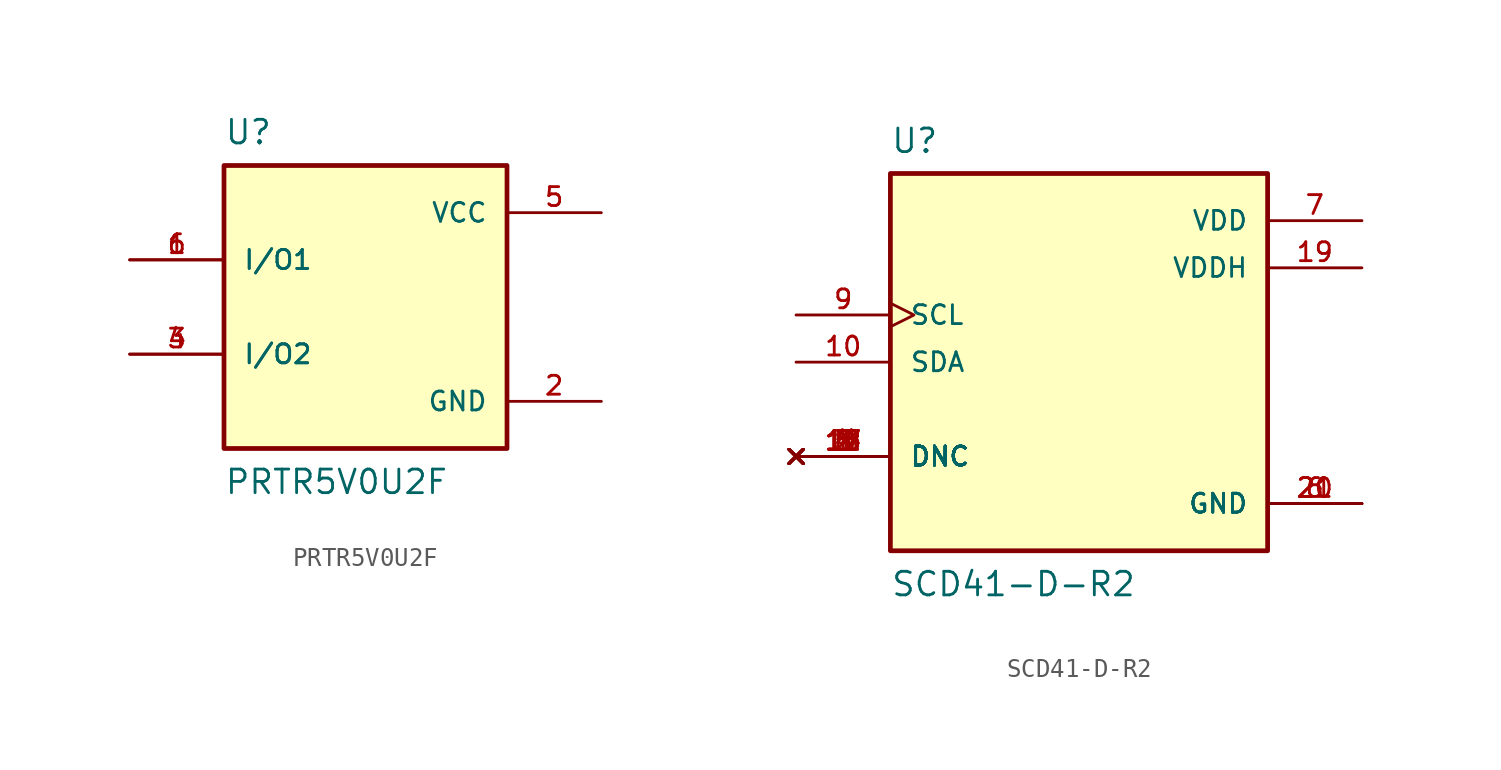
<source format=kicad_sym>
(kicad_symbol_lib
  (version 20220914)
  (generator kicad_symbol_editor)
  (symbol "PRTR5V0U2F"
    (pin_names
      (offset 1.016))
    (property "Reference" "U"
      (at -7.62 10.16 0)
      (effects (font (size 1.27 1.27)) (justify left top)))
    (property "Value" "PRTR5V0U2F"
      (at -7.62 -10.16 0)
      (effects (font (size 1.27 1.27)) (justify left bottom)))
    (symbol "PRTR5V0U2F_0_0"
      (rectangle (start -7.62 -7.62) (end 7.62 7.62) (stroke (width 0.254) (type default)) (fill (type background)))
      (pin bidirectional line (at -12.7 2.54 0) (length 5.08) (name "I/O1" (effects (font (size 1.016 1.016)))) (number "1" (effects (font (size 1.016 1.016)))))
      (pin power_in line (at 12.7 -5.08 180) (length 5.08) (name "GND" (effects (font (size 1.016 1.016)))) (number "2" (effects (font (size 1.016 1.016)))))
      (pin bidirectional line (at -12.7 -2.54 0) (length 5.08) (name "I/O2" (effects (font (size 1.016 1.016)))) (number "3" (effects (font (size 1.016 1.016)))))
      (pin bidirectional line (at -12.7 -2.54 0) (length 5.08) (name "I/O2" (effects (font (size 1.016 1.016)))) (number "4" (effects (font (size 1.016 1.016)))))
      (pin power_in line (at 12.7 5.08 180) (length 5.08) (name "VCC" (effects (font (size 1.016 1.016)))) (number "5" (effects (font (size 1.016 1.016)))))
      (pin bidirectional line (at -12.7 2.54 0) (length 5.08) (name "I/O1" (effects (font (size 1.016 1.016)))) (number "6" (effects (font (size 1.016 1.016)))))))
  (symbol "SCD41-D-R2"
    (pin_names
      (offset 1.016))
    (property "Reference" "U"
      (at -10.16 11.176 0)
      (effects (font (size 1.27 1.27)) (justify left bottom)))
    (property "Value" "SCD41-D-R2"
      (at -10.16 -12.7 0)
      (effects (font (size 1.27 1.27)) (justify left bottom)))
    (symbol "SCD41-D-R2_0_0"
      (rectangle (start -10.16 -10.16) (end 10.16 10.16) (stroke (width 0.254) (type default)) (fill (type background)))
      (pin no_connect line (at -15.24 -5.08 0) (length 5.08) (name "DNC" (effects (font (size 1.016 1.016)))) (number "1" (effects (font (size 1.016 1.016)))))
      (pin bidirectional line (at -15.24 0 0) (length 5.08) (name "SDA" (effects (font (size 1.016 1.016)))) (number "10" (effects (font (size 1.016 1.016)))))
      (pin no_connect line (at -15.24 -5.08 0) (length 5.08) (name "DNC" (effects (font (size 1.016 1.016)))) (number "11" (effects (font (size 1.016 1.016)))))
      (pin no_connect line (at -15.24 -5.08 0) (length 5.08) (name "DNC" (effects (font (size 1.016 1.016)))) (number "12" (effects (font (size 1.016 1.016)))))
      (pin no_connect line (at -15.24 -5.08 0) (length 5.08) (name "DNC" (effects (font (size 1.016 1.016)))) (number "13" (effects (font (size 1.016 1.016)))))
      (pin no_connect line (at -15.24 -5.08 0) (length 5.08) (name "DNC" (effects (font (size 1.016 1.016)))) (number "14" (effects (font (size 1.016 1.016)))))
      (pin no_connect line (at -15.24 -5.08 0) (length 5.08) (name "DNC" (effects (font (size 1.016 1.016)))) (number "15" (effects (font (size 1.016 1.016)))))
      (pin no_connect line (at -15.24 -5.08 0) (length 5.08) (name "DNC" (effects (font (size 1.016 1.016)))) (number "16" (effects (font (size 1.016 1.016)))))
      (pin no_connect line (at -15.24 -5.08 0) (length 5.08) (name "DNC" (effects (font (size 1.016 1.016)))) (number "17" (effects (font (size 1.016 1.016)))))
      (pin no_connect line (at -15.24 -5.08 0) (length 5.08) (name "DNC" (effects (font (size 1.016 1.016)))) (number "18" (effects (font (size 1.016 1.016)))))
      (pin power_in line (at 15.24 5.08 180) (length 5.08) (name "VDDH" (effects (font (size 1.016 1.016)))) (number "19" (effects (font (size 1.016 1.016)))))
      (pin no_connect line (at -15.24 -5.08 0) (length 5.08) (name "DNC" (effects (font (size 1.016 1.016)))) (number "2" (effects (font (size 1.016 1.016)))))
      (pin power_in line (at 15.24 -7.62 180) (length 5.08) (name "GND" (effects (font (size 1.016 1.016)))) (number "20" (effects (font (size 1.016 1.016)))))
      (pin power_in line (at 15.24 -7.62 180) (length 5.08) (name "GND" (effects (font (size 1.016 1.016)))) (number "21" (effects (font (size 1.016 1.016)))))
      (pin no_connect line (at -15.24 -5.08 0) (length 5.08) (name "DNC" (effects (font (size 1.016 1.016)))) (number "3" (effects (font (size 1.016 1.016)))))
      (pin no_connect line (at -15.24 -5.08 0) (length 5.08) (name "DNC" (effects (font (size 1.016 1.016)))) (number "4" (effects (font (size 1.016 1.016)))))
      (pin no_connect line (at -15.24 -5.08 0) (length 5.08) (name "DNC" (effects (font (size 1.016 1.016)))) (number "5" (effects (font (size 1.016 1.016)))))
      (pin power_in line (at 15.24 -7.62 180) (length 5.08) (name "GND" (effects (font (size 1.016 1.016)))) (number "6" (effects (font (size 1.016 1.016)))))
      (pin power_in line (at 15.24 7.62 180) (length 5.08) (name "VDD" (effects (font (size 1.016 1.016)))) (number "7" (effects (font (size 1.016 1.016)))))
      (pin no_connect line (at -15.24 -5.08 0) (length 5.08) (name "DNC" (effects (font (size 1.016 1.016)))) (number "8" (effects (font (size 1.016 1.016)))))
      (pin input clock (at -15.24 2.54 0) (length 5.08) (name "SCL" (effects (font (size 1.016 1.016)))) (number "9" (effects (font (size 1.016 1.016))))))))
</source>
